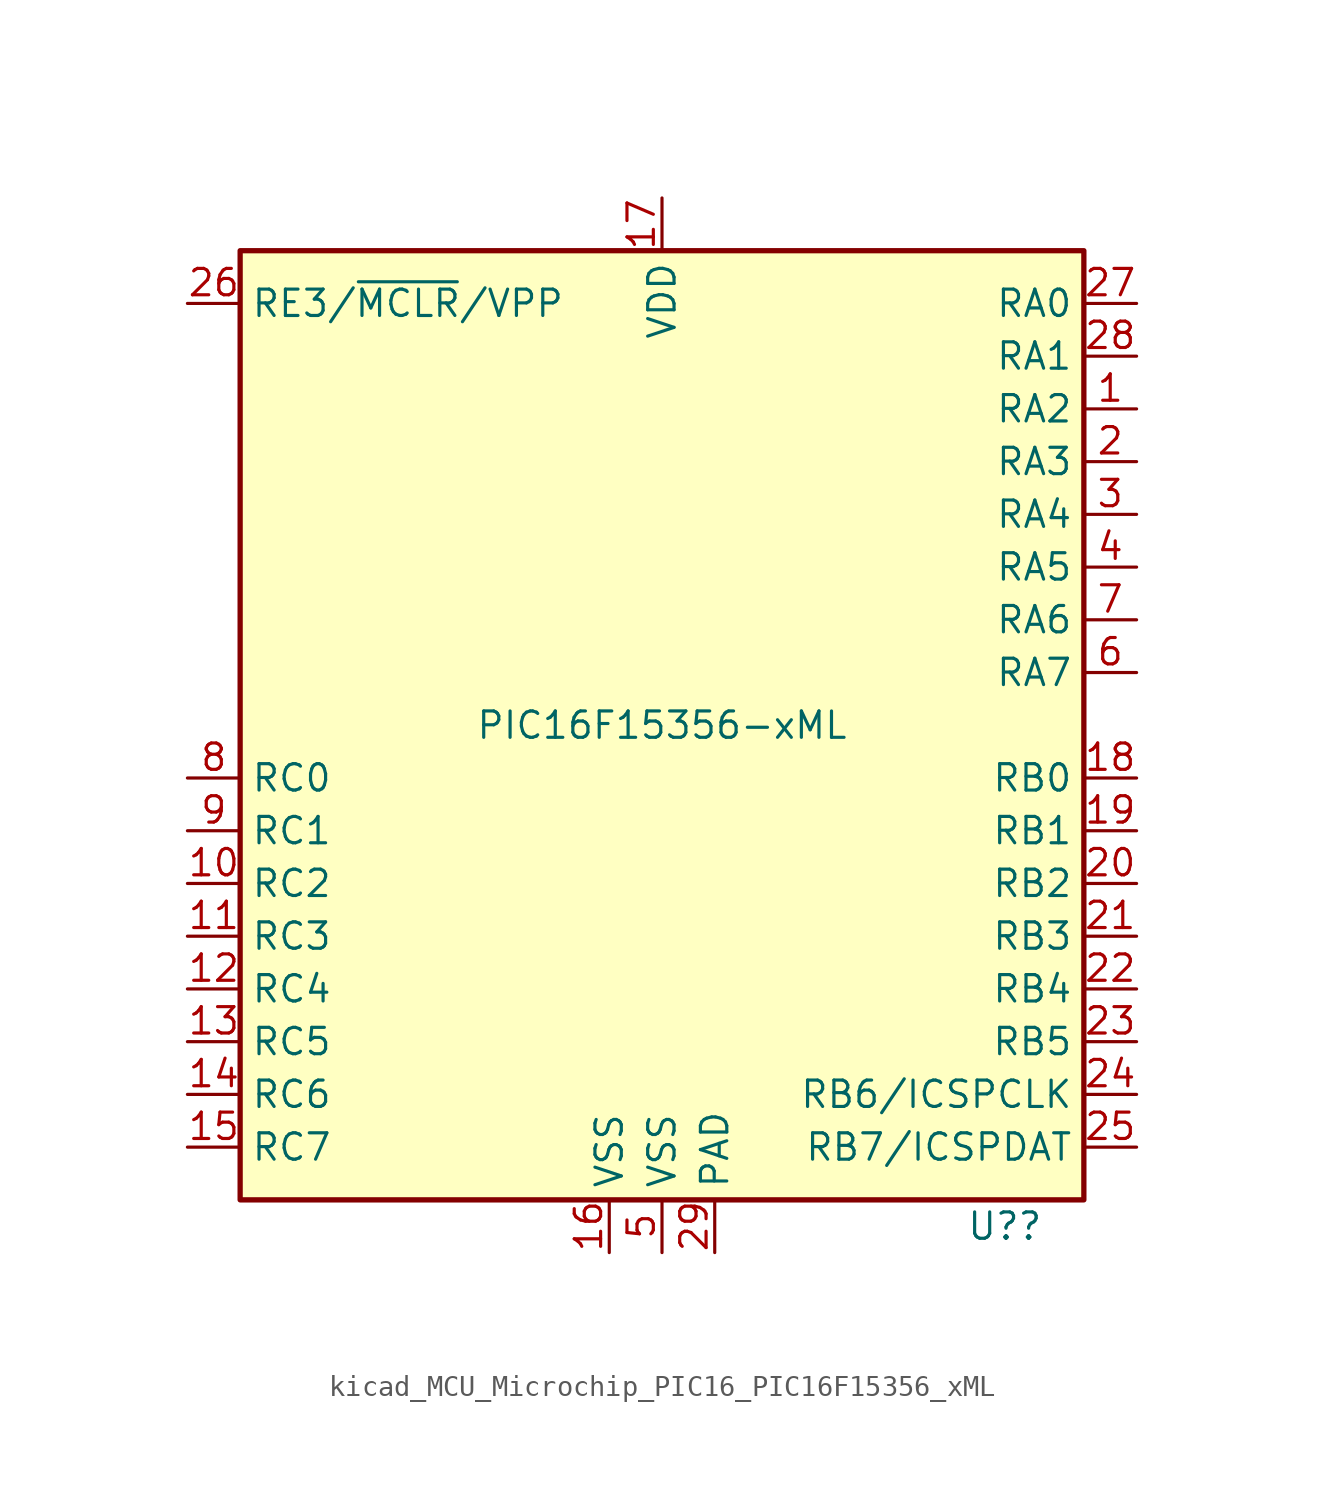
<source format=kicad_sym>
(kicad_symbol_lib
  (version 20220914)
  (generator kicad_symbol_editor)
  (symbol "kicad_MCU_Microchip_PIC16_PIC16F15356_xML"
    (property "Reference" "U?"
      (at 16.51 -24.13 0)
      (effects (font (size 1.27 1.27))))
    (property "Value" "PIC16F15356-xML"
      (at 0 0 0)
      (effects (font (size 1.27 1.27))))
    (symbol "kicad_MCU_Microchip_PIC16_PIC16F15356_xML_0_0"
      (pin power_in line (at 2.54 -25.4 90) (length 2.54) (name "PAD" (effects (font (size 1.27 1.27)))) (number "29" (effects (font (size 1.27 1.27))))))
    (symbol "kicad_MCU_Microchip_PIC16_PIC16F15356_xML_0_1"
      (rectangle (start -20.32 -22.86) (end 20.32 22.86) (stroke (width 0.254) (type default)) (fill (type background))))
    (symbol "kicad_MCU_Microchip_PIC16_PIC16F15356_xML_1_1"
      (pin bidirectional line (at 22.86 15.24 180) (length 2.54) (name "RA2" (effects (font (size 1.27 1.27)))) (number "1" (effects (font (size 1.27 1.27)))))
      (pin bidirectional line (at -22.86 -7.62 0) (length 2.54) (name "RC2" (effects (font (size 1.27 1.27)))) (number "10" (effects (font (size 1.27 1.27)))))
      (pin bidirectional line (at -22.86 -10.16 0) (length 2.54) (name "RC3" (effects (font (size 1.27 1.27)))) (number "11" (effects (font (size 1.27 1.27)))))
      (pin bidirectional line (at -22.86 -12.7 0) (length 2.54) (name "RC4" (effects (font (size 1.27 1.27)))) (number "12" (effects (font (size 1.27 1.27)))))
      (pin bidirectional line (at -22.86 -15.24 0) (length 2.54) (name "RC5" (effects (font (size 1.27 1.27)))) (number "13" (effects (font (size 1.27 1.27)))))
      (pin bidirectional line (at -22.86 -17.78 0) (length 2.54) (name "RC6" (effects (font (size 1.27 1.27)))) (number "14" (effects (font (size 1.27 1.27)))))
      (pin bidirectional line (at -22.86 -20.32 0) (length 2.54) (name "RC7" (effects (font (size 1.27 1.27)))) (number "15" (effects (font (size 1.27 1.27)))))
      (pin power_in line (at -2.54 -25.4 90) (length 2.54) (name "VSS" (effects (font (size 1.27 1.27)))) (number "16" (effects (font (size 1.27 1.27)))))
      (pin power_in line (at 0 25.4 270) (length 2.54) (name "VDD" (effects (font (size 1.27 1.27)))) (number "17" (effects (font (size 1.27 1.27)))))
      (pin bidirectional line (at 22.86 -2.54 180) (length 2.54) (name "RB0" (effects (font (size 1.27 1.27)))) (number "18" (effects (font (size 1.27 1.27)))))
      (pin bidirectional line (at 22.86 -5.08 180) (length 2.54) (name "RB1" (effects (font (size 1.27 1.27)))) (number "19" (effects (font (size 1.27 1.27)))))
      (pin bidirectional line (at 22.86 12.7 180) (length 2.54) (name "RA3" (effects (font (size 1.27 1.27)))) (number "2" (effects (font (size 1.27 1.27)))))
      (pin bidirectional line (at 22.86 -7.62 180) (length 2.54) (name "RB2" (effects (font (size 1.27 1.27)))) (number "20" (effects (font (size 1.27 1.27)))))
      (pin bidirectional line (at 22.86 -10.16 180) (length 2.54) (name "RB3" (effects (font (size 1.27 1.27)))) (number "21" (effects (font (size 1.27 1.27)))))
      (pin bidirectional line (at 22.86 -12.7 180) (length 2.54) (name "RB4" (effects (font (size 1.27 1.27)))) (number "22" (effects (font (size 1.27 1.27)))))
      (pin bidirectional line (at 22.86 -15.24 180) (length 2.54) (name "RB5" (effects (font (size 1.27 1.27)))) (number "23" (effects (font (size 1.27 1.27)))))
      (pin bidirectional line (at 22.86 -17.78 180) (length 2.54) (name "RB6/ICSPCLK" (effects (font (size 1.27 1.27)))) (number "24" (effects (font (size 1.27 1.27)))))
      (pin bidirectional line (at 22.86 -20.32 180) (length 2.54) (name "RB7/ICSPDAT" (effects (font (size 1.27 1.27)))) (number "25" (effects (font (size 1.27 1.27)))))
      (pin bidirectional line (at -22.86 20.32 0) (length 2.54) (name "RE3/~{MCLR}/VPP" (effects (font (size 1.27 1.27)))) (number "26" (effects (font (size 1.27 1.27)))))
      (pin bidirectional line (at 22.86 20.32 180) (length 2.54) (name "RA0" (effects (font (size 1.27 1.27)))) (number "27" (effects (font (size 1.27 1.27)))))
      (pin bidirectional line (at 22.86 17.78 180) (length 2.54) (name "RA1" (effects (font (size 1.27 1.27)))) (number "28" (effects (font (size 1.27 1.27)))))
      (pin bidirectional line (at 22.86 10.16 180) (length 2.54) (name "RA4" (effects (font (size 1.27 1.27)))) (number "3" (effects (font (size 1.27 1.27)))))
      (pin bidirectional line (at 22.86 7.62 180) (length 2.54) (name "RA5" (effects (font (size 1.27 1.27)))) (number "4" (effects (font (size 1.27 1.27)))))
      (pin power_in line (at 0 -25.4 90) (length 2.54) (name "VSS" (effects (font (size 1.27 1.27)))) (number "5" (effects (font (size 1.27 1.27)))))
      (pin bidirectional line (at 22.86 2.54 180) (length 2.54) (name "RA7" (effects (font (size 1.27 1.27)))) (number "6" (effects (font (size 1.27 1.27)))))
      (pin bidirectional line (at 22.86 5.08 180) (length 2.54) (name "RA6" (effects (font (size 1.27 1.27)))) (number "7" (effects (font (size 1.27 1.27)))))
      (pin bidirectional line (at -22.86 -2.54 0) (length 2.54) (name "RC0" (effects (font (size 1.27 1.27)))) (number "8" (effects (font (size 1.27 1.27)))))
      (pin bidirectional line (at -22.86 -5.08 0) (length 2.54) (name "RC1" (effects (font (size 1.27 1.27)))) (number "9" (effects (font (size 1.27 1.27))))))))
</source>
